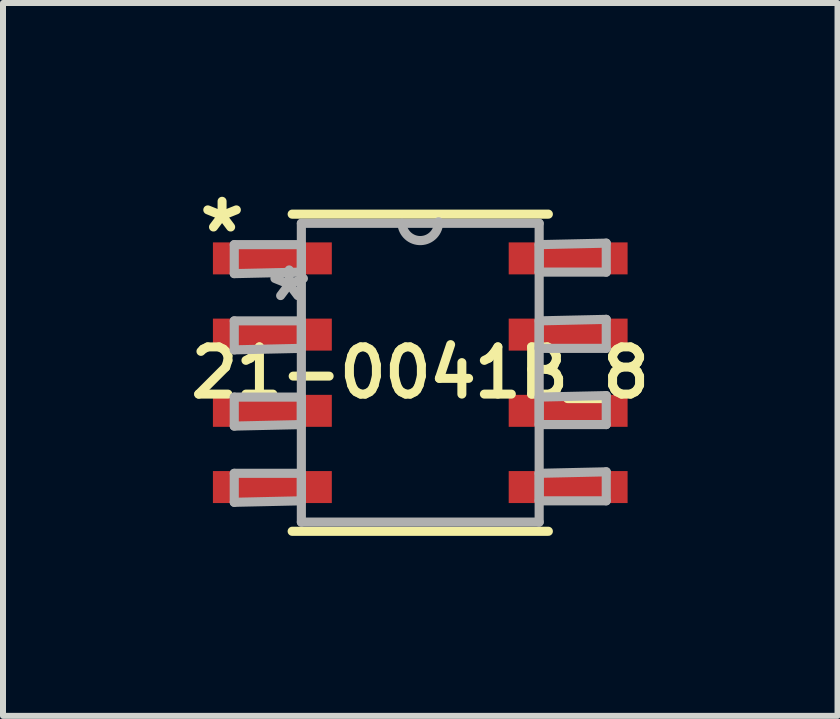
<source format=kicad_pcb>
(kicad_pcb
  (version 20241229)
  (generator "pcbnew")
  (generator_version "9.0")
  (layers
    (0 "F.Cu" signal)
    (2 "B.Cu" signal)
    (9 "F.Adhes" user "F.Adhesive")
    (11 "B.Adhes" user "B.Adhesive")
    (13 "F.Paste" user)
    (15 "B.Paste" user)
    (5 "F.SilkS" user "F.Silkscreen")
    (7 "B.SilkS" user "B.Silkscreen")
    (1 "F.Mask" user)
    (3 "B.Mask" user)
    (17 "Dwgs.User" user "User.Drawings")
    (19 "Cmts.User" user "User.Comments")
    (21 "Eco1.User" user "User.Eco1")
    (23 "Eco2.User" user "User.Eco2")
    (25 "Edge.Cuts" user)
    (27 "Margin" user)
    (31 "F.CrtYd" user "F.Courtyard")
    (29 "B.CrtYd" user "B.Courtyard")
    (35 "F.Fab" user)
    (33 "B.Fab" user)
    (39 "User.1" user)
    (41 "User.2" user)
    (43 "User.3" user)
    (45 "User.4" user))
  (footprint "21-0041B_8"
    (layer "F.Cu")
    (at 3.952 3.16)
    (property "Reference" "21-0041B_8" (at 0 0 0) (layer "F.SilkS") (effects (font (size 0.787 0.787) (thickness 0.15))))
    (attr through_hole)
    (fp_line (start -2.134 2.642) (end 2.134 2.642) (stroke (width 0.152) (type solid)) (layer "F.SilkS"))
    (fp_line (start 2.134 -2.642) (end -2.134 -2.642) (stroke (width 0.152) (type solid)) (layer "F.SilkS"))
    (fp_line (start -3.099 -2.134) (end -3.099 -1.651) (stroke (width 0.152) (type solid)) (layer "F.Fab"))
    (fp_line (start -3.099 -1.651) (end -1.981 -1.676) (stroke (width 0.152) (type solid)) (layer "F.Fab"))
    (fp_line (start -3.099 -0.864) (end -3.099 -0.381) (stroke (width 0.152) (type solid)) (layer "F.Fab"))
    (fp_line (start -3.099 -0.381) (end -1.981 -0.406) (stroke (width 0.152) (type solid)) (layer "F.Fab"))
    (fp_line (start -3.099 0.406) (end -3.099 0.889) (stroke (width 0.152) (type solid)) (layer "F.Fab"))
    (fp_line (start -3.099 0.889) (end -1.981 0.864) (stroke (width 0.152) (type solid)) (layer "F.Fab"))
    (fp_line (start -3.099 1.676) (end -3.099 2.159) (stroke (width 0.152) (type solid)) (layer "F.Fab"))
    (fp_line (start -3.099 2.159) (end -1.981 2.134) (stroke (width 0.152) (type solid)) (layer "F.Fab"))
    (fp_line (start -1.981 -2.489) (end -1.981 2.489) (stroke (width 0.152) (type solid)) (layer "F.Fab"))
    (fp_line (start -1.981 -2.134) (end -3.099 -2.134) (stroke (width 0.152) (type solid)) (layer "F.Fab"))
    (fp_line (start -1.981 -1.676) (end -1.981 -2.134) (stroke (width 0.152) (type solid)) (layer "F.Fab"))
    (fp_line (start -1.981 -0.864) (end -3.099 -0.864) (stroke (width 0.152) (type solid)) (layer "F.Fab"))
    (fp_line (start -1.981 -0.406) (end -1.981 -0.864) (stroke (width 0.152) (type solid)) (layer "F.Fab"))
    (fp_line (start -1.981 0.406) (end -3.099 0.406) (stroke (width 0.152) (type solid)) (layer "F.Fab"))
    (fp_line (start -1.981 0.864) (end -1.981 0.406) (stroke (width 0.152) (type solid)) (layer "F.Fab"))
    (fp_line (start -1.981 1.676) (end -3.099 1.676) (stroke (width 0.152) (type solid)) (layer "F.Fab"))
    (fp_line (start -1.981 2.134) (end -1.981 1.676) (stroke (width 0.152) (type solid)) (layer "F.Fab"))
    (fp_line (start -1.981 2.489) (end 1.981 2.489) (stroke (width 0.152) (type solid)) (layer "F.Fab"))
    (fp_line (start -0.305 -2.489) (end -1.981 -2.489) (stroke (width 0.152) (type solid)) (layer "F.Fab"))
    (fp_line (start 1.981 -2.489) (end -0.305 -2.489) (stroke (width 0.152) (type solid)) (layer "F.Fab"))
    (fp_line (start 1.981 -2.134) (end 1.981 -1.676) (stroke (width 0.152) (type solid)) (layer "F.Fab"))
    (fp_line (start 1.981 -1.676) (end 3.099 -1.676) (stroke (width 0.152) (type solid)) (layer "F.Fab"))
    (fp_line (start 1.981 -0.864) (end 1.981 -0.406) (stroke (width 0.152) (type solid)) (layer "F.Fab"))
    (fp_line (start 1.981 -0.406) (end 3.099 -0.406) (stroke (width 0.152) (type solid)) (layer "F.Fab"))
    (fp_line (start 1.981 0.406) (end 1.981 0.864) (stroke (width 0.152) (type solid)) (layer "F.Fab"))
    (fp_line (start 1.981 0.864) (end 3.099 0.864) (stroke (width 0.152) (type solid)) (layer "F.Fab"))
    (fp_line (start 1.981 1.676) (end 1.981 2.134) (stroke (width 0.152) (type solid)) (layer "F.Fab"))
    (fp_line (start 1.981 2.134) (end 3.099 2.134) (stroke (width 0.152) (type solid)) (layer "F.Fab"))
    (fp_line (start 1.981 2.489) (end 1.981 -2.489) (stroke (width 0.152) (type solid)) (layer "F.Fab"))
    (fp_line (start 3.099 -2.159) (end 1.981 -2.134) (stroke (width 0.152) (type solid)) (layer "F.Fab"))
    (fp_line (start 3.099 -1.676) (end 3.099 -2.159) (stroke (width 0.152) (type solid)) (layer "F.Fab"))
    (fp_line (start 3.099 -0.889) (end 1.981 -0.864) (stroke (width 0.152) (type solid)) (layer "F.Fab"))
    (fp_line (start 3.099 -0.406) (end 3.099 -0.889) (stroke (width 0.152) (type solid)) (layer "F.Fab"))
    (fp_line (start 3.099 0.381) (end 1.981 0.406) (stroke (width 0.152) (type solid)) (layer "F.Fab"))
    (fp_line (start 3.099 0.864) (end 3.099 0.381) (stroke (width 0.152) (type solid)) (layer "F.Fab"))
    (fp_line (start 3.099 1.651) (end 1.981 1.676) (stroke (width 0.152) (type solid)) (layer "F.Fab"))
    (fp_line (start 3.099 2.134) (end 3.099 1.651) (stroke (width 0.152) (type solid)) (layer "F.Fab"))
    (fp_arc (start 0.3048 -2.5146) (mid 0.0127 -2.1971) (end -0.3048 -2.4892) (stroke (width 0.1524) (type solid)) (layer "F.Fab"))
    (fp_text user "*" (at -3.302 -2.311 0) (layer "F.SilkS") (effects (font (size 1 1) (thickness 0.15))))
    (fp_text user "*" (at -2.184 -1.168 0) (layer "F.Fab") (effects (font (size 1 1) (thickness 0.15))))
    (pad "1" smd rect (at -2.464 -1.905) (size 1.981 0.533) (layers "F.Cu" "F.Mask" "F.Paste"))
    (pad "2" smd rect (at -2.464 -0.635) (size 1.981 0.533) (layers "F.Cu" "F.Mask" "F.Paste"))
    (pad "3" smd rect (at -2.464 0.635) (size 1.981 0.533) (layers "F.Cu" "F.Mask" "F.Paste"))
    (pad "4" smd rect (at -2.464 1.905) (size 1.981 0.533) (layers "F.Cu" "F.Mask" "F.Paste"))
    (pad "5" smd rect (at 2.464 1.905) (size 1.981 0.533) (layers "F.Cu" "F.Mask" "F.Paste"))
    (pad "6" smd rect (at 2.464 0.635) (size 1.981 0.533) (layers "F.Cu" "F.Mask" "F.Paste"))
    (pad "7" smd rect (at 2.464 -0.635) (size 1.981 0.533) (layers "F.Cu" "F.Mask" "F.Paste"))
    (pad "8" smd rect (at 2.464 -1.905) (size 1.981 0.533) (layers "F.Cu" "F.Mask" "F.Paste")))
  (gr_rect
    (start -3 -3)
    (end 10.904 8.877)
    (stroke (width 0.1) (type default))
    (fill no)
    (layer "Edge.Cuts")))
</source>
